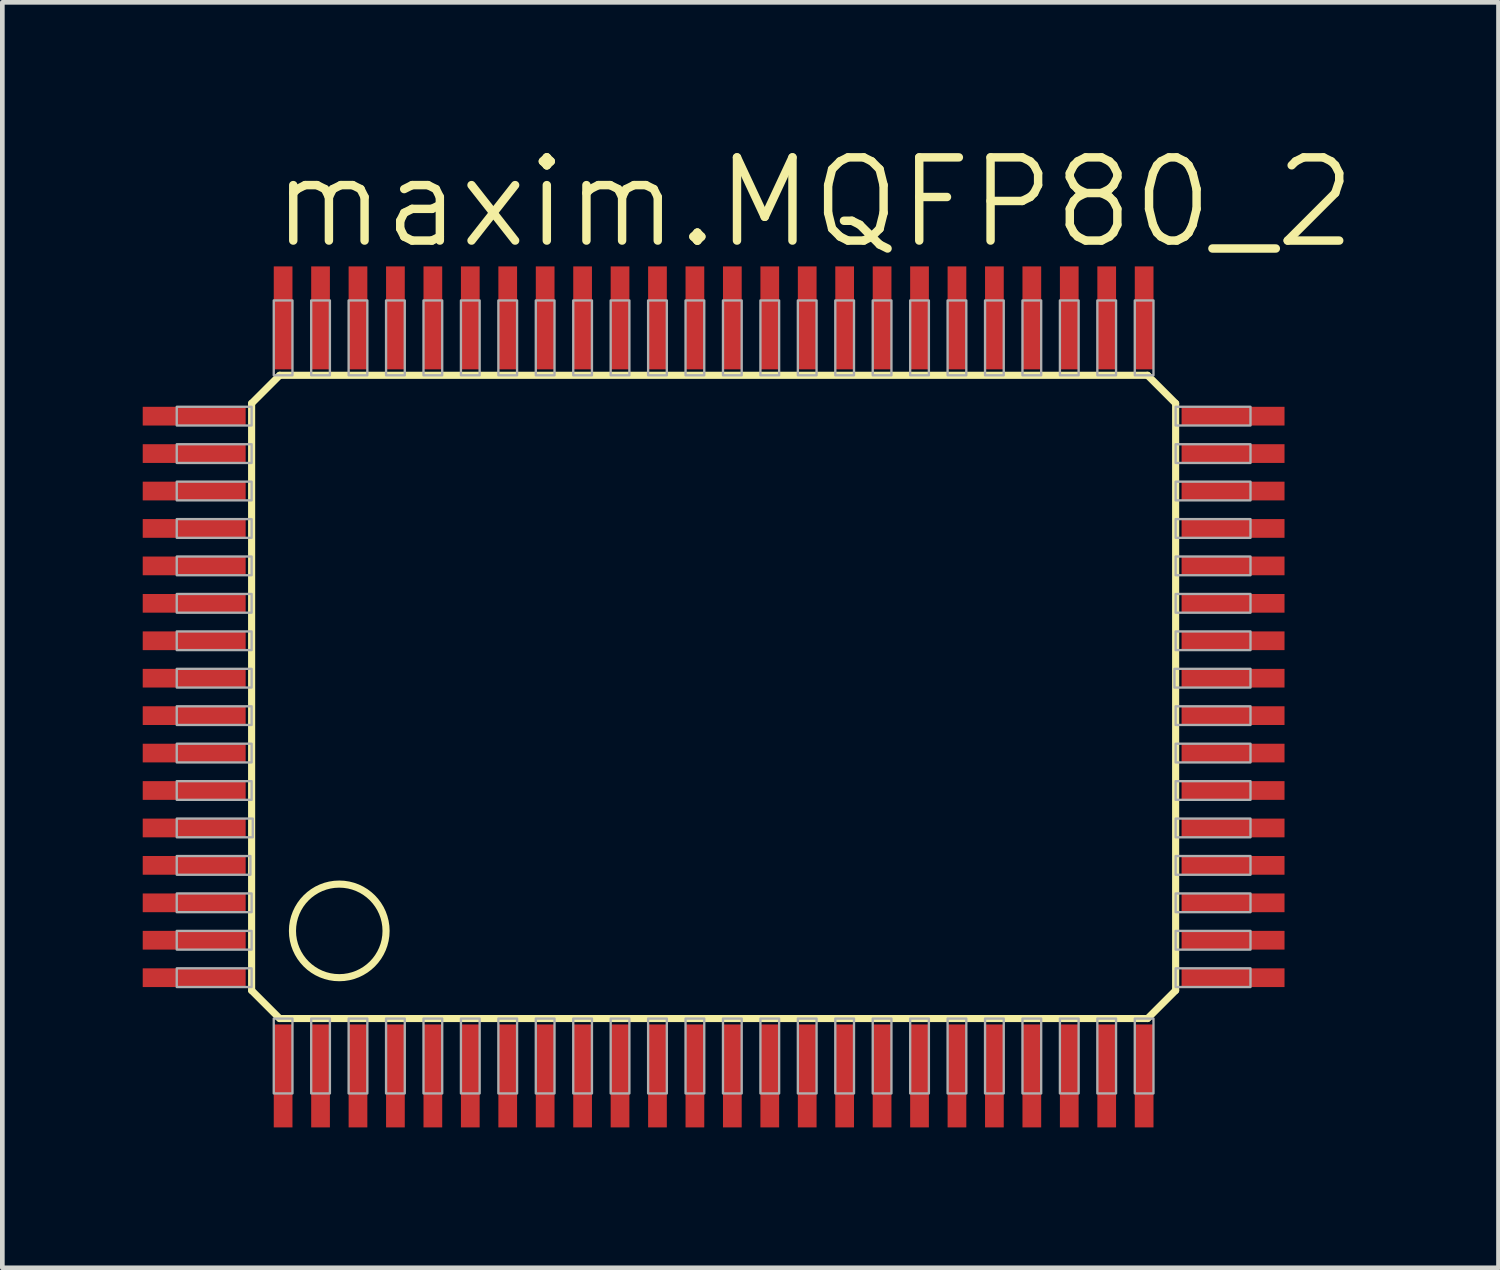
<source format=kicad_pcb>
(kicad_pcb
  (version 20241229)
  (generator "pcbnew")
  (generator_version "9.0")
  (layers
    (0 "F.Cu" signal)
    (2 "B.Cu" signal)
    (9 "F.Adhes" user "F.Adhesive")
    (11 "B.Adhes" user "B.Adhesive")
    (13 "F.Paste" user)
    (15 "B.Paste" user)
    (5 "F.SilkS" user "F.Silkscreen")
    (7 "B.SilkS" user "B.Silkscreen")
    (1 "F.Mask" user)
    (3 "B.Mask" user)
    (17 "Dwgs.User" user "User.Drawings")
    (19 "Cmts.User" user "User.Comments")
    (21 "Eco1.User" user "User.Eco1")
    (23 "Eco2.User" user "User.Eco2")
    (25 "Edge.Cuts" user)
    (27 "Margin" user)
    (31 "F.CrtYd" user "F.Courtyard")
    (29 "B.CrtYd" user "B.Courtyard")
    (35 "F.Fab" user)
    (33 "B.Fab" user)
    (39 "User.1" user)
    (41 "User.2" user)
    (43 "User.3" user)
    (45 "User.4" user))
  (footprint "maxim.MQFP80_2"
    (layer "F.Cu")
    (at 12.2 11.843)
    (property "Reference" "maxim.MQFP80_2" (at -9.525 -9.525 0) (layer "F.SilkS") (effects (font (size 1.778 1.778) (thickness 0.18)) (justify left bottom)))
    (attr smd)
    (fp_line (start -9.873 -6.273) (end -9.273 -6.873) (stroke (width 0.152) (type default)) (layer "F.SilkS"))
    (fp_line (start -9.873 6.273) (end -9.873 -6.273) (stroke (width 0.152) (type default)) (layer "F.SilkS"))
    (fp_line (start -9.273 -6.873) (end 9.273 -6.873) (stroke (width 0.152) (type default)) (layer "F.SilkS"))
    (fp_line (start -9.273 6.873) (end -9.873 6.273) (stroke (width 0.152) (type default)) (layer "F.SilkS"))
    (fp_line (start 9.273 -6.873) (end 9.873 -6.273) (stroke (width 0.152) (type default)) (layer "F.SilkS"))
    (fp_line (start 9.273 6.873) (end -9.273 6.873) (stroke (width 0.152) (type default)) (layer "F.SilkS"))
    (fp_line (start 9.873 -6.273) (end 9.873 6.273) (stroke (width 0.152) (type default)) (layer "F.SilkS"))
    (fp_line (start 9.873 6.273) (end 9.273 6.873) (stroke (width 0.152) (type default)) (layer "F.SilkS"))
    (fp_circle (center -8 5) (end -7 5) (stroke (width 0.152) (type default)) (fill no) (layer "F.SilkS"))
    (fp_rect (start -11.473 -5.8) (end -9.873 -6.2) (stroke (width 0.05) (type default)) (fill no) (layer "F.Fab"))
    (fp_rect (start -11.473 -5) (end -9.873 -5.4) (stroke (width 0.05) (type default)) (fill no) (layer "F.Fab"))
    (fp_rect (start -11.473 -4.2) (end -9.873 -4.6) (stroke (width 0.05) (type default)) (fill no) (layer "F.Fab"))
    (fp_rect (start -11.473 -3.4) (end -9.873 -3.8) (stroke (width 0.05) (type default)) (fill no) (layer "F.Fab"))
    (fp_rect (start -11.473 -2.6) (end -9.873 -3) (stroke (width 0.05) (type default)) (fill no) (layer "F.Fab"))
    (fp_rect (start -11.473 -1.8) (end -9.873 -2.2) (stroke (width 0.05) (type default)) (fill no) (layer "F.Fab"))
    (fp_rect (start -11.473 -1) (end -9.873 -1.4) (stroke (width 0.05) (type default)) (fill no) (layer "F.Fab"))
    (fp_rect (start -11.473 -0.2) (end -9.873 -0.6) (stroke (width 0.05) (type default)) (fill no) (layer "F.Fab"))
    (fp_rect (start -11.473 0.6) (end -9.873 0.2) (stroke (width 0.05) (type default)) (fill no) (layer "F.Fab"))
    (fp_rect (start -11.473 1.4) (end -9.873 1) (stroke (width 0.05) (type default)) (fill no) (layer "F.Fab"))
    (fp_rect (start -11.473 2.2) (end -9.873 1.8) (stroke (width 0.05) (type default)) (fill no) (layer "F.Fab"))
    (fp_rect (start -11.473 3) (end -9.848 2.6) (stroke (width 0.05) (type default)) (fill no) (layer "F.Fab"))
    (fp_rect (start -11.473 3.8) (end -9.898 3.4) (stroke (width 0.05) (type default)) (fill no) (layer "F.Fab"))
    (fp_rect (start -11.473 4.6) (end -9.873 4.2) (stroke (width 0.05) (type default)) (fill no) (layer "F.Fab"))
    (fp_rect (start -11.473 5.4) (end -9.873 5) (stroke (width 0.05) (type default)) (fill no) (layer "F.Fab"))
    (fp_rect (start -11.473 6.2) (end -9.873 5.8) (stroke (width 0.05) (type default)) (fill no) (layer "F.Fab"))
    (fp_rect (start -9.4 -6.873) (end -9 -8.473) (stroke (width 0.05) (type default)) (fill no) (layer "F.Fab"))
    (fp_rect (start -9.4 8.473) (end -9 6.873) (stroke (width 0.05) (type default)) (fill no) (layer "F.Fab"))
    (fp_rect (start -8.6 -6.873) (end -8.2 -8.473) (stroke (width 0.05) (type default)) (fill no) (layer "F.Fab"))
    (fp_rect (start -8.6 8.473) (end -8.2 6.873) (stroke (width 0.05) (type default)) (fill no) (layer "F.Fab"))
    (fp_rect (start -7.8 -6.873) (end -7.4 -8.473) (stroke (width 0.05) (type default)) (fill no) (layer "F.Fab"))
    (fp_rect (start -7.8 8.473) (end -7.4 6.873) (stroke (width 0.05) (type default)) (fill no) (layer "F.Fab"))
    (fp_rect (start -7 -6.873) (end -6.6 -8.473) (stroke (width 0.05) (type default)) (fill no) (layer "F.Fab"))
    (fp_rect (start -7 8.473) (end -6.6 6.873) (stroke (width 0.05) (type default)) (fill no) (layer "F.Fab"))
    (fp_rect (start -6.2 -6.873) (end -5.8 -8.473) (stroke (width 0.05) (type default)) (fill no) (layer "F.Fab"))
    (fp_rect (start -6.2 8.473) (end -5.8 6.873) (stroke (width 0.05) (type default)) (fill no) (layer "F.Fab"))
    (fp_rect (start -5.4 -6.873) (end -5 -8.473) (stroke (width 0.05) (type default)) (fill no) (layer "F.Fab"))
    (fp_rect (start -5.4 8.473) (end -5 6.873) (stroke (width 0.05) (type default)) (fill no) (layer "F.Fab"))
    (fp_rect (start -4.6 -6.873) (end -4.2 -8.473) (stroke (width 0.05) (type default)) (fill no) (layer "F.Fab"))
    (fp_rect (start -4.6 8.473) (end -4.2 6.873) (stroke (width 0.05) (type default)) (fill no) (layer "F.Fab"))
    (fp_rect (start -3.8 -6.873) (end -3.4 -8.473) (stroke (width 0.05) (type default)) (fill no) (layer "F.Fab"))
    (fp_rect (start -3.8 8.473) (end -3.4 6.873) (stroke (width 0.05) (type default)) (fill no) (layer "F.Fab"))
    (fp_rect (start -3 -6.873) (end -2.6 -8.473) (stroke (width 0.05) (type default)) (fill no) (layer "F.Fab"))
    (fp_rect (start -3 8.473) (end -2.6 6.873) (stroke (width 0.05) (type default)) (fill no) (layer "F.Fab"))
    (fp_rect (start -2.2 -6.873) (end -1.8 -8.473) (stroke (width 0.05) (type default)) (fill no) (layer "F.Fab"))
    (fp_rect (start -2.2 8.473) (end -1.8 6.873) (stroke (width 0.05) (type default)) (fill no) (layer "F.Fab"))
    (fp_rect (start -1.4 -6.873) (end -1 -8.473) (stroke (width 0.05) (type default)) (fill no) (layer "F.Fab"))
    (fp_rect (start -1.4 8.473) (end -1 6.873) (stroke (width 0.05) (type default)) (fill no) (layer "F.Fab"))
    (fp_rect (start -0.6 -6.873) (end -0.2 -8.473) (stroke (width 0.05) (type default)) (fill no) (layer "F.Fab"))
    (fp_rect (start -0.6 8.473) (end -0.2 6.873) (stroke (width 0.05) (type default)) (fill no) (layer "F.Fab"))
    (fp_rect (start 0.2 -6.873) (end 0.6 -8.473) (stroke (width 0.05) (type default)) (fill no) (layer "F.Fab"))
    (fp_rect (start 0.2 8.473) (end 0.6 6.873) (stroke (width 0.05) (type default)) (fill no) (layer "F.Fab"))
    (fp_rect (start 1 -6.873) (end 1.4 -8.473) (stroke (width 0.05) (type default)) (fill no) (layer "F.Fab"))
    (fp_rect (start 1 8.473) (end 1.4 6.873) (stroke (width 0.05) (type default)) (fill no) (layer "F.Fab"))
    (fp_rect (start 1.8 -6.873) (end 2.2 -8.473) (stroke (width 0.05) (type default)) (fill no) (layer "F.Fab"))
    (fp_rect (start 1.8 8.473) (end 2.2 6.873) (stroke (width 0.05) (type default)) (fill no) (layer "F.Fab"))
    (fp_rect (start 2.6 -6.873) (end 3 -8.473) (stroke (width 0.05) (type default)) (fill no) (layer "F.Fab"))
    (fp_rect (start 2.6 8.473) (end 3 6.873) (stroke (width 0.05) (type default)) (fill no) (layer "F.Fab"))
    (fp_rect (start 3.4 -6.873) (end 3.8 -8.473) (stroke (width 0.05) (type default)) (fill no) (layer "F.Fab"))
    (fp_rect (start 3.4 8.473) (end 3.8 6.873) (stroke (width 0.05) (type default)) (fill no) (layer "F.Fab"))
    (fp_rect (start 4.2 -6.873) (end 4.6 -8.473) (stroke (width 0.05) (type default)) (fill no) (layer "F.Fab"))
    (fp_rect (start 4.2 8.473) (end 4.6 6.873) (stroke (width 0.05) (type default)) (fill no) (layer "F.Fab"))
    (fp_rect (start 5 -6.873) (end 5.4 -8.473) (stroke (width 0.05) (type default)) (fill no) (layer "F.Fab"))
    (fp_rect (start 5 8.473) (end 5.4 6.873) (stroke (width 0.05) (type default)) (fill no) (layer "F.Fab"))
    (fp_rect (start 5.8 -6.873) (end 6.2 -8.473) (stroke (width 0.05) (type default)) (fill no) (layer "F.Fab"))
    (fp_rect (start 5.8 8.473) (end 6.2 6.873) (stroke (width 0.05) (type default)) (fill no) (layer "F.Fab"))
    (fp_rect (start 6.6 -6.873) (end 7 -8.473) (stroke (width 0.05) (type default)) (fill no) (layer "F.Fab"))
    (fp_rect (start 6.6 8.473) (end 7 6.873) (stroke (width 0.05) (type default)) (fill no) (layer "F.Fab"))
    (fp_rect (start 7.4 -6.873) (end 7.8 -8.473) (stroke (width 0.05) (type default)) (fill no) (layer "F.Fab"))
    (fp_rect (start 7.4 8.473) (end 7.8 6.873) (stroke (width 0.05) (type default)) (fill no) (layer "F.Fab"))
    (fp_rect (start 8.2 -6.873) (end 8.6 -8.473) (stroke (width 0.05) (type default)) (fill no) (layer "F.Fab"))
    (fp_rect (start 8.2 8.473) (end 8.6 6.873) (stroke (width 0.05) (type default)) (fill no) (layer "F.Fab"))
    (fp_rect (start 9 -6.873) (end 9.4 -8.473) (stroke (width 0.05) (type default)) (fill no) (layer "F.Fab"))
    (fp_rect (start 9 8.473) (end 9.4 6.873) (stroke (width 0.05) (type default)) (fill no) (layer "F.Fab"))
    (fp_rect (start 9.848 -0.2) (end 11.473 -0.6) (stroke (width 0.05) (type default)) (fill no) (layer "F.Fab"))
    (fp_rect (start 9.873 -5.8) (end 11.473 -6.2) (stroke (width 0.05) (type default)) (fill no) (layer "F.Fab"))
    (fp_rect (start 9.873 -5) (end 11.473 -5.4) (stroke (width 0.05) (type default)) (fill no) (layer "F.Fab"))
    (fp_rect (start 9.873 -4.2) (end 11.473 -4.6) (stroke (width 0.05) (type default)) (fill no) (layer "F.Fab"))
    (fp_rect (start 9.873 -3.4) (end 11.473 -3.8) (stroke (width 0.05) (type default)) (fill no) (layer "F.Fab"))
    (fp_rect (start 9.873 -2.6) (end 11.473 -3) (stroke (width 0.05) (type default)) (fill no) (layer "F.Fab"))
    (fp_rect (start 9.873 -1.8) (end 11.473 -2.2) (stroke (width 0.05) (type default)) (fill no) (layer "F.Fab"))
    (fp_rect (start 9.873 -1) (end 11.473 -1.4) (stroke (width 0.05) (type default)) (fill no) (layer "F.Fab"))
    (fp_rect (start 9.873 0.6) (end 11.473 0.2) (stroke (width 0.05) (type default)) (fill no) (layer "F.Fab"))
    (fp_rect (start 9.873 1.4) (end 11.473 1) (stroke (width 0.05) (type default)) (fill no) (layer "F.Fab"))
    (fp_rect (start 9.873 2.2) (end 11.473 1.8) (stroke (width 0.05) (type default)) (fill no) (layer "F.Fab"))
    (fp_rect (start 9.873 3) (end 11.473 2.6) (stroke (width 0.05) (type default)) (fill no) (layer "F.Fab"))
    (fp_rect (start 9.873 3.8) (end 11.473 3.4) (stroke (width 0.05) (type default)) (fill no) (layer "F.Fab"))
    (fp_rect (start 9.873 4.6) (end 11.473 4.2) (stroke (width 0.05) (type default)) (fill no) (layer "F.Fab"))
    (fp_rect (start 9.873 5.4) (end 11.473 5) (stroke (width 0.05) (type default)) (fill no) (layer "F.Fab"))
    (fp_rect (start 9.873 6.2) (end 11.473 5.8) (stroke (width 0.05) (type default)) (fill no) (layer "F.Fab"))
    (pad "1" smd roundrect (at -9.2 8.1) (size 0.4 2.2) (layers "F.Cu" "F.Mask" "F.Paste") (roundrect_rratio 0.01))
    (pad "2" smd roundrect (at -8.4 8.1) (size 0.4 2.2) (layers "F.Cu" "F.Mask" "F.Paste") (roundrect_rratio 0.01))
    (pad "3" smd roundrect (at -7.6 8.1) (size 0.4 2.2) (layers "F.Cu" "F.Mask" "F.Paste") (roundrect_rratio 0.01))
    (pad "4" smd roundrect (at -6.8 8.1) (size 0.4 2.2) (layers "F.Cu" "F.Mask" "F.Paste") (roundrect_rratio 0.01))
    (pad "5" smd roundrect (at -6 8.1) (size 0.4 2.2) (layers "F.Cu" "F.Mask" "F.Paste") (roundrect_rratio 0.01))
    (pad "6" smd roundrect (at -5.2 8.1) (size 0.4 2.2) (layers "F.Cu" "F.Mask" "F.Paste") (roundrect_rratio 0.01))
    (pad "7" smd roundrect (at -4.4 8.1) (size 0.4 2.2) (layers "F.Cu" "F.Mask" "F.Paste") (roundrect_rratio 0.01))
    (pad "8" smd roundrect (at -3.6 8.1) (size 0.4 2.2) (layers "F.Cu" "F.Mask" "F.Paste") (roundrect_rratio 0.01))
    (pad "9" smd roundrect (at -2.8 8.1) (size 0.4 2.2) (layers "F.Cu" "F.Mask" "F.Paste") (roundrect_rratio 0.01))
    (pad "10" smd roundrect (at -2 8.1) (size 0.4 2.2) (layers "F.Cu" "F.Mask" "F.Paste") (roundrect_rratio 0.01))
    (pad "11" smd roundrect (at -1.2 8.1) (size 0.4 2.2) (layers "F.Cu" "F.Mask" "F.Paste") (roundrect_rratio 0.01))
    (pad "12" smd roundrect (at -0.4 8.1) (size 0.4 2.2) (layers "F.Cu" "F.Mask" "F.Paste") (roundrect_rratio 0.01))
    (pad "13" smd roundrect (at 0.4 8.1) (size 0.4 2.2) (layers "F.Cu" "F.Mask" "F.Paste") (roundrect_rratio 0.01))
    (pad "14" smd roundrect (at 1.2 8.1) (size 0.4 2.2) (layers "F.Cu" "F.Mask" "F.Paste") (roundrect_rratio 0.01))
    (pad "15" smd roundrect (at 2 8.1) (size 0.4 2.2) (layers "F.Cu" "F.Mask" "F.Paste") (roundrect_rratio 0.01))
    (pad "16" smd roundrect (at 2.8 8.1) (size 0.4 2.2) (layers "F.Cu" "F.Mask" "F.Paste") (roundrect_rratio 0.01))
    (pad "17" smd roundrect (at 3.6 8.1) (size 0.4 2.2) (layers "F.Cu" "F.Mask" "F.Paste") (roundrect_rratio 0.01))
    (pad "18" smd roundrect (at 4.4 8.1) (size 0.4 2.2) (layers "F.Cu" "F.Mask" "F.Paste") (roundrect_rratio 0.01))
    (pad "19" smd roundrect (at 5.2 8.1) (size 0.4 2.2) (layers "F.Cu" "F.Mask" "F.Paste") (roundrect_rratio 0.01))
    (pad "20" smd roundrect (at 6 8.1) (size 0.4 2.2) (layers "F.Cu" "F.Mask" "F.Paste") (roundrect_rratio 0.01))
    (pad "21" smd roundrect (at 6.8 8.1) (size 0.4 2.2) (layers "F.Cu" "F.Mask" "F.Paste") (roundrect_rratio 0.01))
    (pad "22" smd roundrect (at 7.6 8.1) (size 0.4 2.2) (layers "F.Cu" "F.Mask" "F.Paste") (roundrect_rratio 0.01))
    (pad "23" smd roundrect (at 8.4 8.1) (size 0.4 2.2) (layers "F.Cu" "F.Mask" "F.Paste") (roundrect_rratio 0.01))
    (pad "24" smd roundrect (at 9.2 8.1) (size 0.4 2.2) (layers "F.Cu" "F.Mask" "F.Paste") (roundrect_rratio 0.01))
    (pad "25" smd roundrect (at 11.1 6) (size 2.2 0.4) (layers "F.Cu" "F.Mask" "F.Paste") (roundrect_rratio 0.01))
    (pad "26" smd roundrect (at 11.1 5.2) (size 2.2 0.4) (layers "F.Cu" "F.Mask" "F.Paste") (roundrect_rratio 0.01))
    (pad "27" smd roundrect (at 11.1 4.4) (size 2.2 0.4) (layers "F.Cu" "F.Mask" "F.Paste") (roundrect_rratio 0.01))
    (pad "28" smd roundrect (at 11.1 3.6) (size 2.2 0.4) (layers "F.Cu" "F.Mask" "F.Paste") (roundrect_rratio 0.01))
    (pad "29" smd roundrect (at 11.1 2.8) (size 2.2 0.4) (layers "F.Cu" "F.Mask" "F.Paste") (roundrect_rratio 0.01))
    (pad "30" smd roundrect (at 11.1 2) (size 2.2 0.4) (layers "F.Cu" "F.Mask" "F.Paste") (roundrect_rratio 0.01))
    (pad "31" smd roundrect (at 11.1 1.2) (size 2.2 0.4) (layers "F.Cu" "F.Mask" "F.Paste") (roundrect_rratio 0.01))
    (pad "32" smd roundrect (at 11.1 0.4) (size 2.2 0.4) (layers "F.Cu" "F.Mask" "F.Paste") (roundrect_rratio 0.01))
    (pad "33" smd roundrect (at 11.1 -0.4) (size 2.2 0.4) (layers "F.Cu" "F.Mask" "F.Paste") (roundrect_rratio 0.01))
    (pad "34" smd roundrect (at 11.1 -1.2) (size 2.2 0.4) (layers "F.Cu" "F.Mask" "F.Paste") (roundrect_rratio 0.01))
    (pad "35" smd roundrect (at 11.1 -2) (size 2.2 0.4) (layers "F.Cu" "F.Mask" "F.Paste") (roundrect_rratio 0.01))
    (pad "36" smd roundrect (at 11.1 -2.8) (size 2.2 0.4) (layers "F.Cu" "F.Mask" "F.Paste") (roundrect_rratio 0.01))
    (pad "37" smd roundrect (at 11.1 -3.6) (size 2.2 0.4) (layers "F.Cu" "F.Mask" "F.Paste") (roundrect_rratio 0.01))
    (pad "38" smd roundrect (at 11.1 -4.4) (size 2.2 0.4) (layers "F.Cu" "F.Mask" "F.Paste") (roundrect_rratio 0.01))
    (pad "39" smd roundrect (at 11.1 -5.2) (size 2.2 0.4) (layers "F.Cu" "F.Mask" "F.Paste") (roundrect_rratio 0.01))
    (pad "40" smd roundrect (at 11.1 -6) (size 2.2 0.4) (layers "F.Cu" "F.Mask" "F.Paste") (roundrect_rratio 0.01))
    (pad "41" smd roundrect (at 9.2 -8.1) (size 0.4 2.2) (layers "F.Cu" "F.Mask" "F.Paste") (roundrect_rratio 0.01))
    (pad "42" smd roundrect (at 8.4 -8.1) (size 0.4 2.2) (layers "F.Cu" "F.Mask" "F.Paste") (roundrect_rratio 0.01))
    (pad "43" smd roundrect (at 7.6 -8.1) (size 0.4 2.2) (layers "F.Cu" "F.Mask" "F.Paste") (roundrect_rratio 0.01))
    (pad "44" smd roundrect (at 6.8 -8.1) (size 0.4 2.2) (layers "F.Cu" "F.Mask" "F.Paste") (roundrect_rratio 0.01))
    (pad "45" smd roundrect (at 6 -8.1) (size 0.4 2.2) (layers "F.Cu" "F.Mask" "F.Paste") (roundrect_rratio 0.01))
    (pad "46" smd roundrect (at 5.2 -8.1) (size 0.4 2.2) (layers "F.Cu" "F.Mask" "F.Paste") (roundrect_rratio 0.01))
    (pad "47" smd roundrect (at 4.4 -8.1) (size 0.4 2.2) (layers "F.Cu" "F.Mask" "F.Paste") (roundrect_rratio 0.01))
    (pad "48" smd roundrect (at 3.6 -8.1) (size 0.4 2.2) (layers "F.Cu" "F.Mask" "F.Paste") (roundrect_rratio 0.01))
    (pad "49" smd roundrect (at 2.8 -8.1) (size 0.4 2.2) (layers "F.Cu" "F.Mask" "F.Paste") (roundrect_rratio 0.01))
    (pad "50" smd roundrect (at 2 -8.1) (size 0.4 2.2) (layers "F.Cu" "F.Mask" "F.Paste") (roundrect_rratio 0.01))
    (pad "51" smd roundrect (at 1.2 -8.1) (size 0.4 2.2) (layers "F.Cu" "F.Mask" "F.Paste") (roundrect_rratio 0.01))
    (pad "52" smd roundrect (at 0.4 -8.1) (size 0.4 2.2) (layers "F.Cu" "F.Mask" "F.Paste") (roundrect_rratio 0.01))
    (pad "53" smd roundrect (at -0.4 -8.1) (size 0.4 2.2) (layers "F.Cu" "F.Mask" "F.Paste") (roundrect_rratio 0.01))
    (pad "54" smd roundrect (at -1.2 -8.1) (size 0.4 2.2) (layers "F.Cu" "F.Mask" "F.Paste") (roundrect_rratio 0.01))
    (pad "55" smd roundrect (at -2 -8.1) (size 0.4 2.2) (layers "F.Cu" "F.Mask" "F.Paste") (roundrect_rratio 0.01))
    (pad "56" smd roundrect (at -2.8 -8.1) (size 0.4 2.2) (layers "F.Cu" "F.Mask" "F.Paste") (roundrect_rratio 0.01))
    (pad "57" smd roundrect (at -3.6 -8.1) (size 0.4 2.2) (layers "F.Cu" "F.Mask" "F.Paste") (roundrect_rratio 0.01))
    (pad "58" smd roundrect (at -4.4 -8.1) (size 0.4 2.2) (layers "F.Cu" "F.Mask" "F.Paste") (roundrect_rratio 0.01))
    (pad "59" smd roundrect (at -5.2 -8.1) (size 0.4 2.2) (layers "F.Cu" "F.Mask" "F.Paste") (roundrect_rratio 0.01))
    (pad "60" smd roundrect (at -6 -8.1) (size 0.4 2.2) (layers "F.Cu" "F.Mask" "F.Paste") (roundrect_rratio 0.01))
    (pad "61" smd roundrect (at -6.8 -8.1) (size 0.4 2.2) (layers "F.Cu" "F.Mask" "F.Paste") (roundrect_rratio 0.01))
    (pad "62" smd roundrect (at -7.6 -8.1) (size 0.4 2.2) (layers "F.Cu" "F.Mask" "F.Paste") (roundrect_rratio 0.01))
    (pad "63" smd roundrect (at -8.4 -8.1) (size 0.4 2.2) (layers "F.Cu" "F.Mask" "F.Paste") (roundrect_rratio 0.01))
    (pad "64" smd roundrect (at -9.2 -8.1) (size 0.4 2.2) (layers "F.Cu" "F.Mask" "F.Paste") (roundrect_rratio 0.01))
    (pad "65" smd roundrect (at -11.1 -6) (size 2.2 0.4) (layers "F.Cu" "F.Mask" "F.Paste") (roundrect_rratio 0.01))
    (pad "66" smd roundrect (at -11.1 -5.2) (size 2.2 0.4) (layers "F.Cu" "F.Mask" "F.Paste") (roundrect_rratio 0.01))
    (pad "67" smd roundrect (at -11.1 -4.4) (size 2.2 0.4) (layers "F.Cu" "F.Mask" "F.Paste") (roundrect_rratio 0.01))
    (pad "68" smd roundrect (at -11.1 -3.6) (size 2.2 0.4) (layers "F.Cu" "F.Mask" "F.Paste") (roundrect_rratio 0.01))
    (pad "69" smd roundrect (at -11.1 -2.8) (size 2.2 0.4) (layers "F.Cu" "F.Mask" "F.Paste") (roundrect_rratio 0.01))
    (pad "70" smd roundrect (at -11.1 -2) (size 2.2 0.4) (layers "F.Cu" "F.Mask" "F.Paste") (roundrect_rratio 0.01))
    (pad "71" smd roundrect (at -11.1 -1.2) (size 2.2 0.4) (layers "F.Cu" "F.Mask" "F.Paste") (roundrect_rratio 0.01))
    (pad "72" smd roundrect (at -11.1 -0.4) (size 2.2 0.4) (layers "F.Cu" "F.Mask" "F.Paste") (roundrect_rratio 0.01))
    (pad "73" smd roundrect (at -11.1 0.4) (size 2.2 0.4) (layers "F.Cu" "F.Mask" "F.Paste") (roundrect_rratio 0.01))
    (pad "74" smd roundrect (at -11.1 1.2) (size 2.2 0.4) (layers "F.Cu" "F.Mask" "F.Paste") (roundrect_rratio 0.01))
    (pad "75" smd roundrect (at -11.1 2) (size 2.2 0.4) (layers "F.Cu" "F.Mask" "F.Paste") (roundrect_rratio 0.01))
    (pad "76" smd roundrect (at -11.1 2.8) (size 2.2 0.4) (layers "F.Cu" "F.Mask" "F.Paste") (roundrect_rratio 0.01))
    (pad "77" smd roundrect (at -11.1 3.6) (size 2.2 0.4) (layers "F.Cu" "F.Mask" "F.Paste") (roundrect_rratio 0.01))
    (pad "78" smd roundrect (at -11.1 4.4) (size 2.2 0.4) (layers "F.Cu" "F.Mask" "F.Paste") (roundrect_rratio 0.01))
    (pad "79" smd roundrect (at -11.1 5.2) (size 2.2 0.4) (layers "F.Cu" "F.Mask" "F.Paste") (roundrect_rratio 0.01))
    (pad "80" smd roundrect (at -11.1 6) (size 2.2 0.4) (layers "F.Cu" "F.Mask" "F.Paste") (roundrect_rratio 0.01)))
  (gr_rect
    (start -3 -3)
    (end 28.973 24.043)
    (stroke (width 0.1) (type default))
    (fill no)
    (layer "Edge.Cuts")))
</source>
